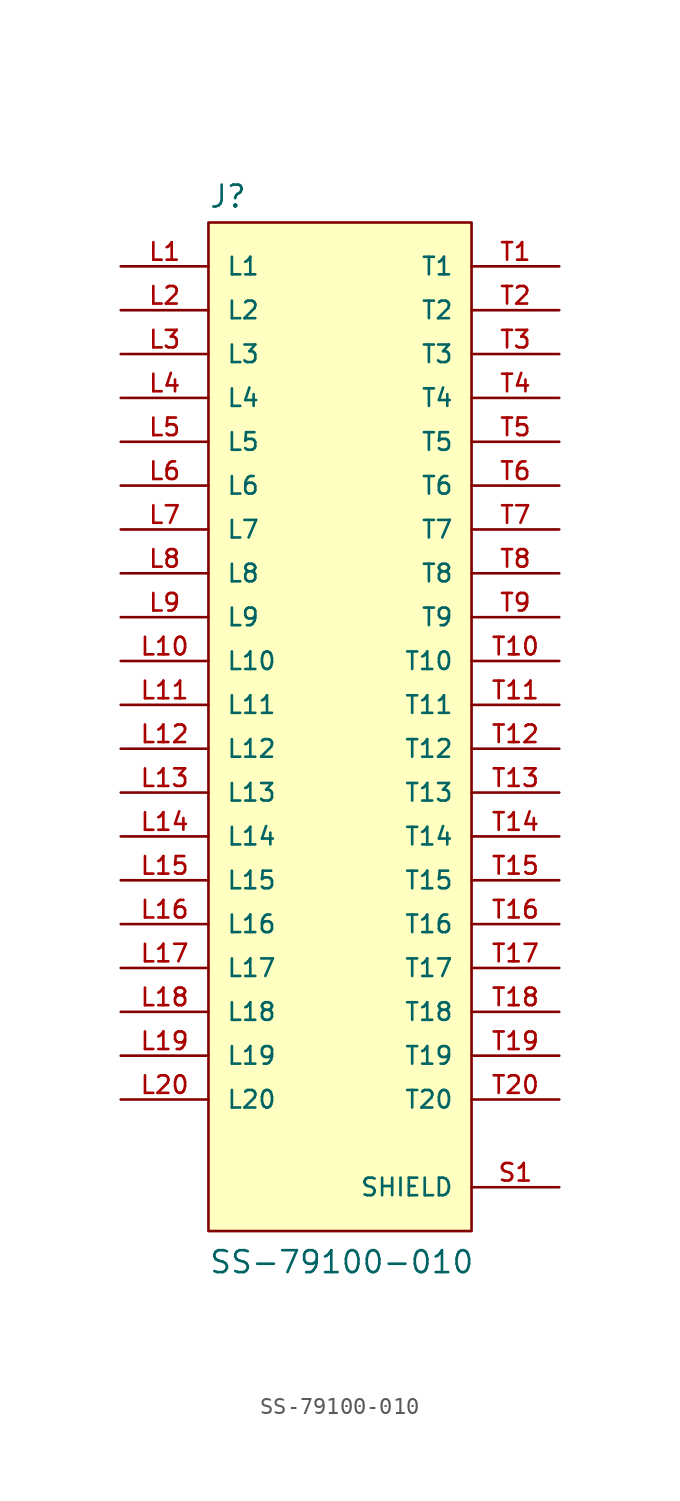
<source format=kicad_sym>
(kicad_symbol_lib
  (version 20211014)
  (generator kicad_symbol_editor)
  (symbol "SS-79100-010"
    (pin_names
      (offset 1.016))
    (property "Reference" "J"
      (at -7.62 28.702 0)
      (effects (font (size 1.27 1.27)) (justify bottom left)))
    (property "Value" "SS-79100-010"
      (at -7.62 -33.02 0)
      (effects (font (size 1.27 1.27)) (justify bottom left)))
    (symbol "SS-79100-010_0_0"
      (rectangle (start -7.62 -30.48) (end 7.62 27.94) (stroke (width 0.152)) (fill (type background)))
      (pin passive line (at -12.7 25.4 0) (length 5.08) (name "L1" (effects (font (size 1.016 1.016)))) (number "L1" (effects (font (size 1.016 1.016)))))
      (pin passive line (at 12.7 25.4 180.0) (length 5.08) (name "T1" (effects (font (size 1.016 1.016)))) (number "T1" (effects (font (size 1.016 1.016)))))
      (pin passive line (at -12.7 22.86 0) (length 5.08) (name "L2" (effects (font (size 1.016 1.016)))) (number "L2" (effects (font (size 1.016 1.016)))))
      (pin passive line (at 12.7 22.86 180.0) (length 5.08) (name "T2" (effects (font (size 1.016 1.016)))) (number "T2" (effects (font (size 1.016 1.016)))))
      (pin passive line (at -12.7 20.32 0) (length 5.08) (name "L3" (effects (font (size 1.016 1.016)))) (number "L3" (effects (font (size 1.016 1.016)))))
      (pin passive line (at 12.7 20.32 180.0) (length 5.08) (name "T3" (effects (font (size 1.016 1.016)))) (number "T3" (effects (font (size 1.016 1.016)))))
      (pin passive line (at -12.7 17.78 0) (length 5.08) (name "L4" (effects (font (size 1.016 1.016)))) (number "L4" (effects (font (size 1.016 1.016)))))
      (pin passive line (at 12.7 17.78 180.0) (length 5.08) (name "T4" (effects (font (size 1.016 1.016)))) (number "T4" (effects (font (size 1.016 1.016)))))
      (pin passive line (at -12.7 15.24 0) (length 5.08) (name "L5" (effects (font (size 1.016 1.016)))) (number "L5" (effects (font (size 1.016 1.016)))))
      (pin passive line (at 12.7 15.24 180.0) (length 5.08) (name "T5" (effects (font (size 1.016 1.016)))) (number "T5" (effects (font (size 1.016 1.016)))))
      (pin passive line (at -12.7 12.7 0) (length 5.08) (name "L6" (effects (font (size 1.016 1.016)))) (number "L6" (effects (font (size 1.016 1.016)))))
      (pin passive line (at 12.7 12.7 180.0) (length 5.08) (name "T6" (effects (font (size 1.016 1.016)))) (number "T6" (effects (font (size 1.016 1.016)))))
      (pin passive line (at -12.7 10.16 0) (length 5.08) (name "L7" (effects (font (size 1.016 1.016)))) (number "L7" (effects (font (size 1.016 1.016)))))
      (pin passive line (at 12.7 10.16 180.0) (length 5.08) (name "T7" (effects (font (size 1.016 1.016)))) (number "T7" (effects (font (size 1.016 1.016)))))
      (pin passive line (at -12.7 7.62 0) (length 5.08) (name "L8" (effects (font (size 1.016 1.016)))) (number "L8" (effects (font (size 1.016 1.016)))))
      (pin passive line (at 12.7 7.62 180.0) (length 5.08) (name "T8" (effects (font (size 1.016 1.016)))) (number "T8" (effects (font (size 1.016 1.016)))))
      (pin passive line (at -12.7 5.08 0) (length 5.08) (name "L9" (effects (font (size 1.016 1.016)))) (number "L9" (effects (font (size 1.016 1.016)))))
      (pin passive line (at 12.7 5.08 180.0) (length 5.08) (name "T9" (effects (font (size 1.016 1.016)))) (number "T9" (effects (font (size 1.016 1.016)))))
      (pin passive line (at -12.7 2.54 0) (length 5.08) (name "L10" (effects (font (size 1.016 1.016)))) (number "L10" (effects (font (size 1.016 1.016)))))
      (pin passive line (at 12.7 2.54 180.0) (length 5.08) (name "T10" (effects (font (size 1.016 1.016)))) (number "T10" (effects (font (size 1.016 1.016)))))
      (pin passive line (at -12.7 0.0 0) (length 5.08) (name "L11" (effects (font (size 1.016 1.016)))) (number "L11" (effects (font (size 1.016 1.016)))))
      (pin passive line (at 12.7 0.0 180.0) (length 5.08) (name "T11" (effects (font (size 1.016 1.016)))) (number "T11" (effects (font (size 1.016 1.016)))))
      (pin passive line (at -12.7 -2.54 0) (length 5.08) (name "L12" (effects (font (size 1.016 1.016)))) (number "L12" (effects (font (size 1.016 1.016)))))
      (pin passive line (at 12.7 -2.54 180.0) (length 5.08) (name "T12" (effects (font (size 1.016 1.016)))) (number "T12" (effects (font (size 1.016 1.016)))))
      (pin passive line (at -12.7 -5.08 0) (length 5.08) (name "L13" (effects (font (size 1.016 1.016)))) (number "L13" (effects (font (size 1.016 1.016)))))
      (pin passive line (at 12.7 -5.08 180.0) (length 5.08) (name "T13" (effects (font (size 1.016 1.016)))) (number "T13" (effects (font (size 1.016 1.016)))))
      (pin passive line (at -12.7 -7.62 0) (length 5.08) (name "L14" (effects (font (size 1.016 1.016)))) (number "L14" (effects (font (size 1.016 1.016)))))
      (pin passive line (at 12.7 -7.62 180.0) (length 5.08) (name "T14" (effects (font (size 1.016 1.016)))) (number "T14" (effects (font (size 1.016 1.016)))))
      (pin passive line (at -12.7 -10.16 0) (length 5.08) (name "L15" (effects (font (size 1.016 1.016)))) (number "L15" (effects (font (size 1.016 1.016)))))
      (pin passive line (at 12.7 -10.16 180.0) (length 5.08) (name "T15" (effects (font (size 1.016 1.016)))) (number "T15" (effects (font (size 1.016 1.016)))))
      (pin passive line (at -12.7 -12.7 0) (length 5.08) (name "L16" (effects (font (size 1.016 1.016)))) (number "L16" (effects (font (size 1.016 1.016)))))
      (pin passive line (at 12.7 -12.7 180.0) (length 5.08) (name "T16" (effects (font (size 1.016 1.016)))) (number "T16" (effects (font (size 1.016 1.016)))))
      (pin passive line (at -12.7 -15.24 0) (length 5.08) (name "L17" (effects (font (size 1.016 1.016)))) (number "L17" (effects (font (size 1.016 1.016)))))
      (pin passive line (at 12.7 -15.24 180.0) (length 5.08) (name "T17" (effects (font (size 1.016 1.016)))) (number "T17" (effects (font (size 1.016 1.016)))))
      (pin passive line (at -12.7 -17.78 0) (length 5.08) (name "L18" (effects (font (size 1.016 1.016)))) (number "L18" (effects (font (size 1.016 1.016)))))
      (pin passive line (at 12.7 -17.78 180.0) (length 5.08) (name "T18" (effects (font (size 1.016 1.016)))) (number "T18" (effects (font (size 1.016 1.016)))))
      (pin passive line (at -12.7 -20.32 0) (length 5.08) (name "L19" (effects (font (size 1.016 1.016)))) (number "L19" (effects (font (size 1.016 1.016)))))
      (pin passive line (at -12.7 -22.86 0) (length 5.08) (name "L20" (effects (font (size 1.016 1.016)))) (number "L20" (effects (font (size 1.016 1.016)))))
      (pin passive line (at 12.7 -20.32 180.0) (length 5.08) (name "T19" (effects (font (size 1.016 1.016)))) (number "T19" (effects (font (size 1.016 1.016)))))
      (pin passive line (at 12.7 -22.86 180.0) (length 5.08) (name "T20" (effects (font (size 1.016 1.016)))) (number "T20" (effects (font (size 1.016 1.016)))))
      (pin passive line (at 12.7 -27.94 180.0) (length 5.08) (name "SHIELD" (effects (font (size 1.016 1.016)))) (number "S1" (effects (font (size 1.016 1.016)))))
      (pin passive line (at 12.7 -27.94 180.0) (length 5.08) hide (name "SHIELD" (effects (font (size 1.016 1.016)))) (number "S2" (effects (font (size 1.016 1.016)))))
      (pin passive line (at 12.7 -27.94 180.0) (length 5.08) hide (name "SHIELD" (effects (font (size 1.016 1.016)))) (number "S3" (effects (font (size 1.016 1.016)))))
      (pin passive line (at 12.7 -27.94 180.0) (length 5.08) hide (name "SHIELD" (effects (font (size 1.016 1.016)))) (number "S4" (effects (font (size 1.016 1.016)))))
      (pin passive line (at 12.7 -27.94 180.0) (length 5.08) hide (name "SHIELD" (effects (font (size 1.016 1.016)))) (number "S5" (effects (font (size 1.016 1.016)))))
      (pin passive line (at 12.7 -27.94 180.0) (length 5.08) hide (name "SHIELD" (effects (font (size 1.016 1.016)))) (number "S6" (effects (font (size 1.016 1.016)))))
      (pin passive line (at 12.7 -27.94 180.0) (length 5.08) hide (name "SHIELD" (effects (font (size 1.016 1.016)))) (number "S7" (effects (font (size 1.016 1.016)))))
      (pin passive line (at 12.7 -27.94 180.0) (length 5.08) hide (name "SHIELD" (effects (font (size 1.016 1.016)))) (number "S8" (effects (font (size 1.016 1.016)))))
      (pin passive line (at 12.7 -27.94 180.0) (length 5.08) hide (name "SHIELD" (effects (font (size 1.016 1.016)))) (number "S9" (effects (font (size 1.016 1.016)))))
      (pin passive line (at 12.7 -27.94 180.0) (length 5.08) hide (name "SHIELD" (effects (font (size 1.016 1.016)))) (number "S10" (effects (font (size 1.016 1.016)))))
      (pin passive line (at 12.7 -27.94 180.0) (length 5.08) hide (name "SHIELD" (effects (font (size 1.016 1.016)))) (number "S11" (effects (font (size 1.016 1.016)))))
      (pin passive line (at 12.7 -27.94 180.0) (length 5.08) hide (name "SHIELD" (effects (font (size 1.016 1.016)))) (number "S12" (effects (font (size 1.016 1.016)))))
      (pin passive line (at 12.7 -27.94 180.0) (length 5.08) hide (name "SHIELD" (effects (font (size 1.016 1.016)))) (number "S13" (effects (font (size 1.016 1.016))))))))
</source>
